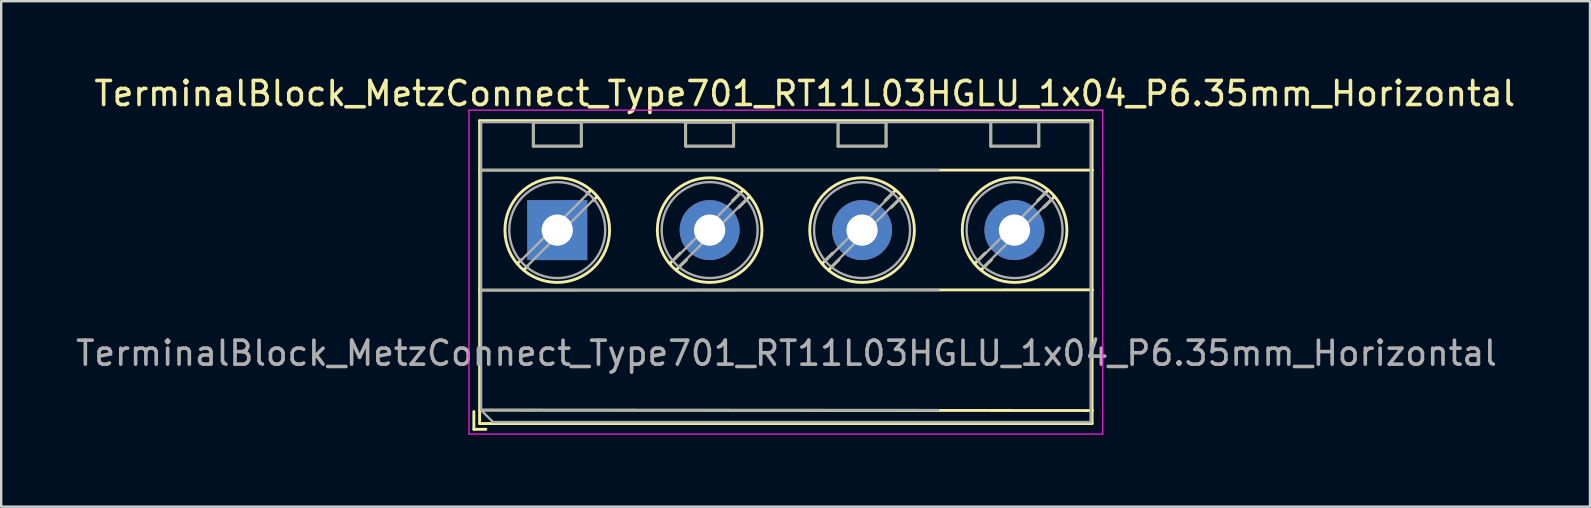
<source format=kicad_pcb>
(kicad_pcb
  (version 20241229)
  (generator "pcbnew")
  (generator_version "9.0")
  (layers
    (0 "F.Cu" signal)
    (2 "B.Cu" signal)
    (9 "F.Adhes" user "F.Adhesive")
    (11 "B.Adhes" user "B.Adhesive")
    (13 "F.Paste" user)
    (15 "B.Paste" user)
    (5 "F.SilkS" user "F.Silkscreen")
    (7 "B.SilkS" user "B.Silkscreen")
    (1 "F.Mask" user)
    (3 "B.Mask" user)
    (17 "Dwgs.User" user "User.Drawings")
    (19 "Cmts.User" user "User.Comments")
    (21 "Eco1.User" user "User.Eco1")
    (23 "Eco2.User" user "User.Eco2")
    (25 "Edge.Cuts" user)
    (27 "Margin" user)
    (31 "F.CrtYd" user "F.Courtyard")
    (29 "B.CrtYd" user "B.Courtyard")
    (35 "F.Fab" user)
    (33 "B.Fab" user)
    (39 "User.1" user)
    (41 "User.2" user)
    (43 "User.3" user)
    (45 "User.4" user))
  (footprint "TerminalBlock_MetzConnect_Type701_RT11L03HGLU_1x04_P6.35mm_Horizontal"
    (layer "F.Cu")
    (at 20.17 6.538)
    (property "Reference" "TerminalBlock_MetzConnect_Type701_RT11L03HGLU_1x04_P6.35mm_Horizontal" (at 10.312 -5.69 0) (layer "F.SilkS") (effects (font (size 1 1) (thickness 0.15))))
    (attr through_hole)
    (fp_line (start -3.475 7.56) (end -3.475 8.3) (stroke (width 0.12) (type solid)) (layer "F.SilkS"))
    (fp_line (start -3.475 8.3) (end -2.975 8.3) (stroke (width 0.12) (type solid)) (layer "F.SilkS"))
    (fp_line (start -3.235 -4.56) (end -3.235 8.06) (stroke (width 0.12) (type solid)) (layer "F.SilkS"))
    (fp_line (start -3.235 -4.56) (end 22.285 -4.56) (stroke (width 0.12) (type solid)) (layer "F.SilkS"))
    (fp_line (start -3.235 -2.5) (end 22.301 -2.5) (stroke (width 0.12) (type solid)) (layer "F.SilkS"))
    (fp_line (start -3.235 2.5) (end 22.301 2.489) (stroke (width 0.12) (type solid)) (layer "F.SilkS"))
    (fp_line (start -3.235 7.5) (end 22.301 7.518) (stroke (width 0.12) (type solid)) (layer "F.SilkS"))
    (fp_line (start -3.235 8.06) (end 22.285 8.06) (stroke (width 0.12) (type solid)) (layer "F.SilkS"))
    (fp_line (start -1.502 1.235) (end -1.654 1.388) (stroke (width 0.12) (type solid)) (layer "F.SilkS"))
    (fp_line (start -1.236 1.502) (end -1.388 1.654) (stroke (width 0.12) (type solid)) (layer "F.SilkS"))
    (fp_line (start -1 -4.5) (end -1 -3.5) (stroke (width 0.12) (type solid)) (layer "F.SilkS"))
    (fp_line (start -1 -4.5) (end 1 -4.5) (stroke (width 0.12) (type solid)) (layer "F.SilkS"))
    (fp_line (start -1 -3.5) (end 1 -3.5) (stroke (width 0.12) (type solid)) (layer "F.SilkS"))
    (fp_line (start 1 -4.5) (end 1 -3.5) (stroke (width 0.12) (type solid)) (layer "F.SilkS"))
    (fp_line (start 1.388 -1.654) (end 1.236 -1.502) (stroke (width 0.12) (type solid)) (layer "F.SilkS"))
    (fp_line (start 1.654 -1.388) (end 1.502 -1.236) (stroke (width 0.12) (type solid)) (layer "F.SilkS"))
    (fp_line (start 5.123 0.962) (end 4.697 1.388) (stroke (width 0.12) (type solid)) (layer "F.SilkS"))
    (fp_line (start 5.35 -4.5) (end 5.35 -3.5) (stroke (width 0.12) (type solid)) (layer "F.SilkS"))
    (fp_line (start 5.35 -4.5) (end 7.35 -4.5) (stroke (width 0.12) (type solid)) (layer "F.SilkS"))
    (fp_line (start 5.35 -3.5) (end 7.35 -3.5) (stroke (width 0.12) (type solid)) (layer "F.SilkS"))
    (fp_line (start 5.389 1.228) (end 4.963 1.654) (stroke (width 0.12) (type solid)) (layer "F.SilkS"))
    (fp_line (start 7.35 -4.5) (end 7.35 -3.5) (stroke (width 0.12) (type solid)) (layer "F.SilkS"))
    (fp_line (start 7.738 -1.654) (end 7.312 -1.228) (stroke (width 0.12) (type solid)) (layer "F.SilkS"))
    (fp_line (start 8.004 -1.388) (end 7.563 -0.947) (stroke (width 0.12) (type solid)) (layer "F.SilkS"))
    (fp_line (start 11.473 0.962) (end 11.047 1.388) (stroke (width 0.12) (type solid)) (layer "F.SilkS"))
    (fp_line (start 11.7 -4.5) (end 11.7 -3.5) (stroke (width 0.12) (type solid)) (layer "F.SilkS"))
    (fp_line (start 11.7 -4.5) (end 13.7 -4.5) (stroke (width 0.12) (type solid)) (layer "F.SilkS"))
    (fp_line (start 11.7 -3.5) (end 13.7 -3.5) (stroke (width 0.12) (type solid)) (layer "F.SilkS"))
    (fp_line (start 11.739 1.228) (end 11.313 1.654) (stroke (width 0.12) (type solid)) (layer "F.SilkS"))
    (fp_line (start 13.7 -4.5) (end 13.7 -3.5) (stroke (width 0.12) (type solid)) (layer "F.SilkS"))
    (fp_line (start 14.088 -1.654) (end 13.662 -1.228) (stroke (width 0.12) (type solid)) (layer "F.SilkS"))
    (fp_line (start 14.354 -1.388) (end 13.913 -0.947) (stroke (width 0.12) (type solid)) (layer "F.SilkS"))
    (fp_line (start 17.829 0.962) (end 17.403 1.388) (stroke (width 0.12) (type solid)) (layer "F.SilkS"))
    (fp_line (start 18.066 -4.5) (end 18.066 -3.5) (stroke (width 0.12) (type solid)) (layer "F.SilkS"))
    (fp_line (start 18.066 -3.5) (end 20.066 -3.5) (stroke (width 0.12) (type solid)) (layer "F.SilkS"))
    (fp_line (start 18.095 1.228) (end 17.669 1.654) (stroke (width 0.12) (type solid)) (layer "F.SilkS"))
    (fp_line (start 20.066 -4.5) (end 20.066 -3.5) (stroke (width 0.12) (type solid)) (layer "F.SilkS"))
    (fp_line (start 20.444 -1.654) (end 20.018 -1.228) (stroke (width 0.12) (type solid)) (layer "F.SilkS"))
    (fp_line (start 20.71 -1.388) (end 20.269 -0.947) (stroke (width 0.12) (type solid)) (layer "F.SilkS"))
    (fp_line (start 22.285 -4.56) (end 22.285 8.06) (stroke (width 0.12) (type solid)) (layer "F.SilkS"))
    (fp_circle (center 0 0) (end 2.18 0) (stroke (width 0.12) (type solid)) (fill no) (layer "F.SilkS"))
    (fp_circle (center 6.35 0) (end 8.53 0) (stroke (width 0.12) (type solid)) (fill no) (layer "F.SilkS"))
    (fp_circle (center 12.7 0) (end 14.88 0) (stroke (width 0.12) (type solid)) (fill no) (layer "F.SilkS"))
    (fp_circle (center 19.056 0) (end 21.236 0) (stroke (width 0.12) (type solid)) (fill no) (layer "F.SilkS"))
    (fp_line (start -3.68 -5) (end -3.68 8.5) (stroke (width 0.05) (type solid)) (layer "F.CrtYd"))
    (fp_line (start -3.68 8.5) (end 22.73 8.5) (stroke (width 0.05) (type solid)) (layer "F.CrtYd"))
    (fp_line (start 22.73 -5) (end -3.68 -5) (stroke (width 0.05) (type solid)) (layer "F.CrtYd"))
    (fp_line (start 22.73 8.5) (end 22.73 -5) (stroke (width 0.05) (type solid)) (layer "F.CrtYd"))
    (fp_line (start -3.175 -4.5) (end 22.225 -4.5) (stroke (width 0.1) (type solid)) (layer "F.Fab"))
    (fp_line (start -3.175 -2.5) (end 15.875 -2.5) (stroke (width 0.1) (type solid)) (layer "F.Fab"))
    (fp_line (start -3.175 2.5) (end 15.875 2.5) (stroke (width 0.1) (type solid)) (layer "F.Fab"))
    (fp_line (start -3.175 7.5) (end -3.175 -4.5) (stroke (width 0.1) (type solid)) (layer "F.Fab"))
    (fp_line (start -3.175 7.5) (end 15.875 7.5) (stroke (width 0.1) (type solid)) (layer "F.Fab"))
    (fp_line (start -2.675 8) (end -3.175 7.5) (stroke (width 0.1) (type solid)) (layer "F.Fab"))
    (fp_line (start -1 -4.5) (end -1 -3.5) (stroke (width 0.1) (type solid)) (layer "F.Fab"))
    (fp_line (start -1 -3.5) (end 1 -3.5) (stroke (width 0.1) (type solid)) (layer "F.Fab"))
    (fp_line (start 1 -4.5) (end -1 -4.5) (stroke (width 0.1) (type solid)) (layer "F.Fab"))
    (fp_line (start 1 -3.5) (end 1 -4.5) (stroke (width 0.1) (type solid)) (layer "F.Fab"))
    (fp_line (start 1.273 -1.517) (end -1.517 1.273) (stroke (width 0.1) (type solid)) (layer "F.Fab"))
    (fp_line (start 1.517 -1.273) (end -1.273 1.517) (stroke (width 0.1) (type solid)) (layer "F.Fab"))
    (fp_line (start 5.35 -4.5) (end 5.35 -3.5) (stroke (width 0.1) (type solid)) (layer "F.Fab"))
    (fp_line (start 5.35 -3.5) (end 7.35 -3.5) (stroke (width 0.1) (type solid)) (layer "F.Fab"))
    (fp_line (start 7.35 -4.5) (end 5.35 -4.5) (stroke (width 0.1) (type solid)) (layer "F.Fab"))
    (fp_line (start 7.35 -3.5) (end 7.35 -4.5) (stroke (width 0.1) (type solid)) (layer "F.Fab"))
    (fp_line (start 7.623 -1.517) (end 4.834 1.273) (stroke (width 0.1) (type solid)) (layer "F.Fab"))
    (fp_line (start 7.867 -1.273) (end 5.078 1.517) (stroke (width 0.1) (type solid)) (layer "F.Fab"))
    (fp_line (start 11.7 -4.5) (end 11.7 -3.5) (stroke (width 0.1) (type solid)) (layer "F.Fab"))
    (fp_line (start 11.7 -3.5) (end 13.7 -3.5) (stroke (width 0.1) (type solid)) (layer "F.Fab"))
    (fp_line (start 13.7 -4.5) (end 11.7 -4.5) (stroke (width 0.1) (type solid)) (layer "F.Fab"))
    (fp_line (start 13.7 -3.5) (end 13.7 -4.5) (stroke (width 0.1) (type solid)) (layer "F.Fab"))
    (fp_line (start 13.973 -1.517) (end 11.184 1.273) (stroke (width 0.1) (type solid)) (layer "F.Fab"))
    (fp_line (start 14.217 -1.273) (end 11.428 1.517) (stroke (width 0.1) (type solid)) (layer "F.Fab"))
    (fp_line (start 18.066 -4.5) (end 18.066 -3.5) (stroke (width 0.1) (type solid)) (layer "F.Fab"))
    (fp_line (start 18.066 -3.5) (end 20.066 -3.5) (stroke (width 0.1) (type solid)) (layer "F.Fab"))
    (fp_line (start 20.066 -3.5) (end 20.066 -4.5) (stroke (width 0.1) (type solid)) (layer "F.Fab"))
    (fp_line (start 20.329 -1.517) (end 17.54 1.273) (stroke (width 0.1) (type solid)) (layer "F.Fab"))
    (fp_line (start 20.573 -1.273) (end 17.784 1.517) (stroke (width 0.1) (type solid)) (layer "F.Fab"))
    (fp_line (start 22.225 -4.5) (end 22.225 8) (stroke (width 0.1) (type solid)) (layer "F.Fab"))
    (fp_line (start 22.225 8) (end -2.675 8) (stroke (width 0.1) (type solid)) (layer "F.Fab"))
    (fp_circle (center 0 0) (end 2 0) (stroke (width 0.1) (type solid)) (fill no) (layer "F.Fab"))
    (fp_circle (center 6.35 0) (end 8.35 0) (stroke (width 0.1) (type solid)) (fill no) (layer "F.Fab"))
    (fp_circle (center 12.7 0) (end 14.7 0) (stroke (width 0.1) (type solid)) (fill no) (layer "F.Fab"))
    (fp_circle (center 19.056 0) (end 21.056 0) (stroke (width 0.1) (type solid)) (fill no) (layer "F.Fab"))
    (fp_text user "${REFERENCE}" (at 9.55 5.131 0) (layer "F.Fab") (effects (font (size 1 1) (thickness 0.15))))
    (pad "1" thru_hole rect (at 0 0) (size 2.5 2.5) (drill 1.3) (layers "*.Cu" "*.Mask"))
    (pad "2" thru_hole circle (at 6.35 0) (size 2.5 2.5) (drill 1.3) (layers "*.Cu" "*.Mask"))
    (pad "3" thru_hole circle (at 12.7 0) (size 2.5 2.5) (drill 1.3) (layers "*.Cu" "*.Mask"))
    (pad "4" thru_hole circle (at 19.05 0) (size 2.5 2.5) (drill 1.3) (layers "*.Cu" "*.Mask")))
  (gr_rect
    (start -3 -3)
    (end 63.202 18.063)
    (stroke (width 0.1) (type default))
    (fill no)
    (layer "Edge.Cuts")))
</source>
